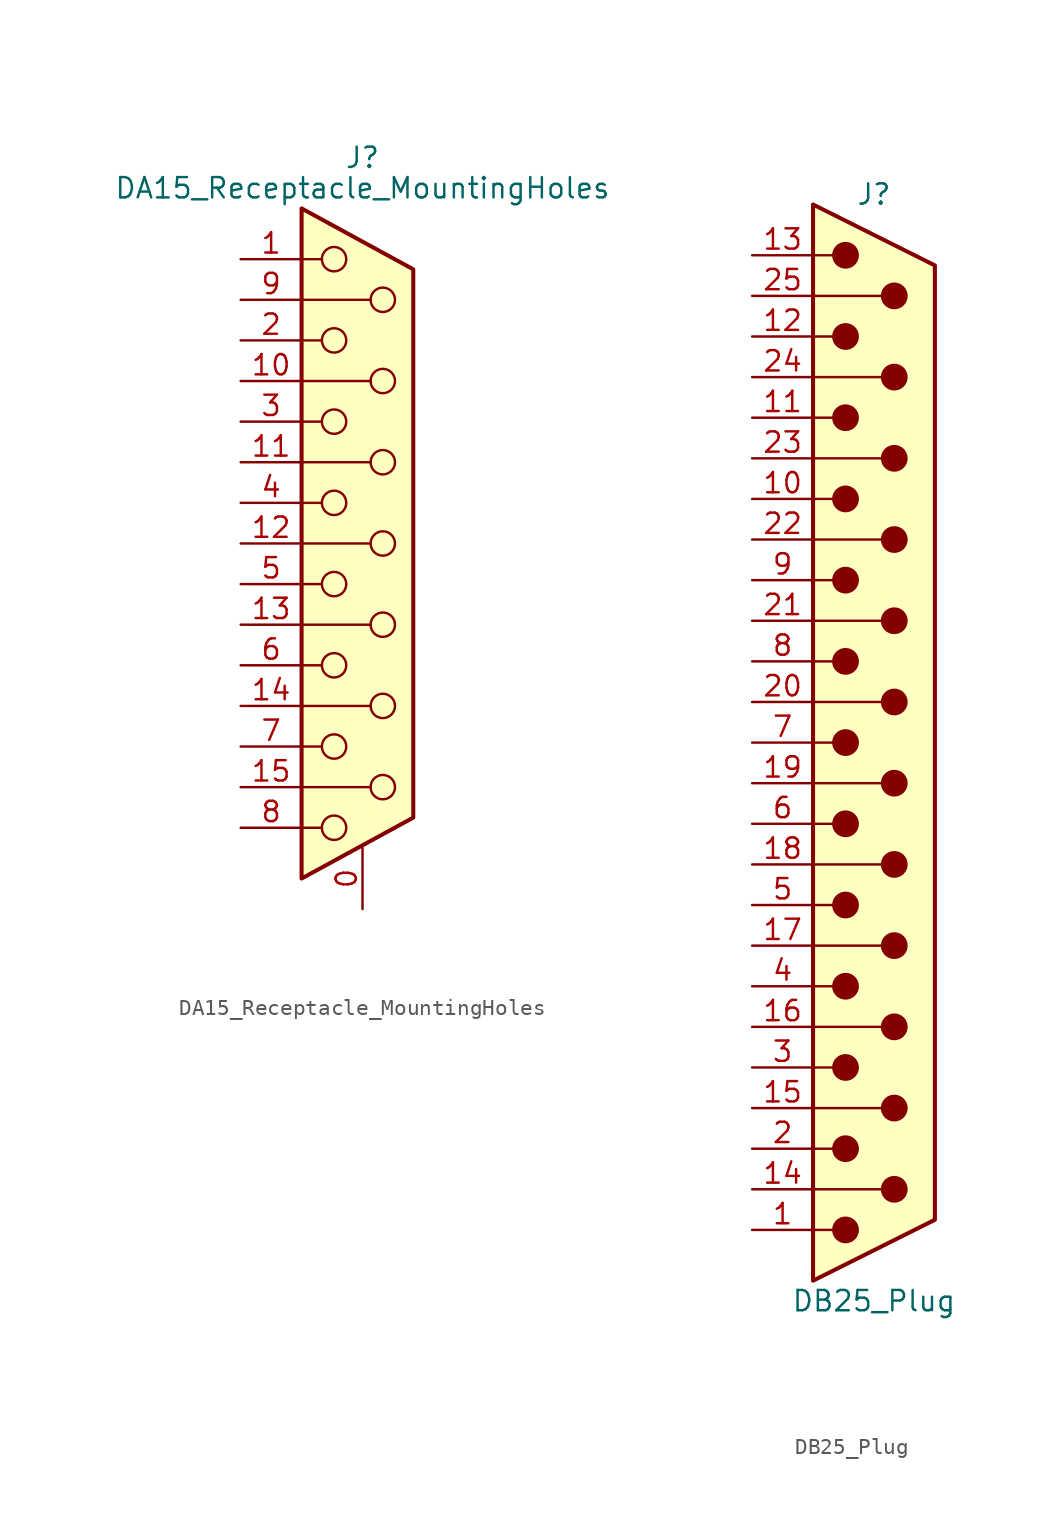
<source format=kicad_sym>
(kicad_symbol_lib
  (version 20241209)
  (generator "kicad_symbol_editor")
  (generator_version "9.0")
  (symbol "DA15_Receptacle_MountingHoles"
    (pin_names
      (offset 1.016)
      (hide yes))
    (property "Reference" "J"
      (at 0 24.13 0)
      (effects (font (size 1.27 1.27))))
    (property "Value" "DA15_Receptacle_MountingHoles"
      (at 0 22.225 0)
      (effects (font (size 1.27 1.27))))
    (symbol "DA15_Receptacle_MountingHoles_0_1"
      (polyline (pts (xy -3.81 20.955) (xy 3.175 17.145) (xy 3.175 -17.145) (xy -3.81 -20.955) (xy -3.81 20.955)) (stroke (width 0.254) (type default)) (fill (type background)))
      (polyline (pts (xy -3.81 17.78) (xy -2.54 17.78)) (stroke (width 0) (type default)) (fill (type none)))
      (polyline (pts (xy -3.81 15.24) (xy 0.508 15.24)) (stroke (width 0) (type default)) (fill (type none)))
      (polyline (pts (xy -3.81 12.7) (xy -2.54 12.7)) (stroke (width 0) (type default)) (fill (type none)))
      (polyline (pts (xy -3.81 10.16) (xy 0.508 10.16)) (stroke (width 0) (type default)) (fill (type none)))
      (polyline (pts (xy -3.81 7.62) (xy -2.54 7.62)) (stroke (width 0) (type default)) (fill (type none)))
      (polyline (pts (xy -3.81 5.08) (xy 0.508 5.08)) (stroke (width 0) (type default)) (fill (type none)))
      (polyline (pts (xy -3.81 2.54) (xy -2.54 2.54)) (stroke (width 0) (type default)) (fill (type none)))
      (polyline (pts (xy -3.81 0) (xy 0.508 0)) (stroke (width 0) (type default)) (fill (type none)))
      (polyline (pts (xy -3.81 -2.54) (xy -2.54 -2.54)) (stroke (width 0) (type default)) (fill (type none)))
      (polyline (pts (xy -3.81 -5.08) (xy 0.508 -5.08)) (stroke (width 0) (type default)) (fill (type none)))
      (polyline (pts (xy -3.81 -7.62) (xy -2.54 -7.62)) (stroke (width 0) (type default)) (fill (type none)))
      (polyline (pts (xy -3.81 -10.16) (xy 0.508 -10.16)) (stroke (width 0) (type default)) (fill (type none)))
      (polyline (pts (xy -3.81 -12.7) (xy -2.54 -12.7)) (stroke (width 0) (type default)) (fill (type none)))
      (polyline (pts (xy -3.81 -15.24) (xy 0.508 -15.24)) (stroke (width 0) (type default)) (fill (type none)))
      (polyline (pts (xy -3.81 -17.78) (xy -2.54 -17.78)) (stroke (width 0) (type default)) (fill (type none)))
      (circle (center -1.778 17.78) (radius 0.762) (stroke (width 0) (type default)) (fill (type none)))
      (circle (center -1.778 12.7) (radius 0.762) (stroke (width 0) (type default)) (fill (type none)))
      (circle (center -1.778 7.62) (radius 0.762) (stroke (width 0) (type default)) (fill (type none)))
      (circle (center -1.778 2.54) (radius 0.762) (stroke (width 0) (type default)) (fill (type none)))
      (circle (center -1.778 -2.54) (radius 0.762) (stroke (width 0) (type default)) (fill (type none)))
      (circle (center -1.778 -7.62) (radius 0.762) (stroke (width 0) (type default)) (fill (type none)))
      (circle (center -1.778 -12.7) (radius 0.762) (stroke (width 0) (type default)) (fill (type none)))
      (circle (center -1.778 -17.78) (radius 0.762) (stroke (width 0) (type default)) (fill (type none)))
      (circle (center 1.27 15.24) (radius 0.762) (stroke (width 0) (type default)) (fill (type none)))
      (circle (center 1.27 10.16) (radius 0.762) (stroke (width 0) (type default)) (fill (type none)))
      (circle (center 1.27 5.08) (radius 0.762) (stroke (width 0) (type default)) (fill (type none)))
      (circle (center 1.27 0) (radius 0.762) (stroke (width 0) (type default)) (fill (type none)))
      (circle (center 1.27 -5.08) (radius 0.762) (stroke (width 0) (type default)) (fill (type none)))
      (circle (center 1.27 -10.16) (radius 0.762) (stroke (width 0) (type default)) (fill (type none)))
      (circle (center 1.27 -15.24) (radius 0.762) (stroke (width 0) (type default)) (fill (type none))))
    (symbol "DA15_Receptacle_MountingHoles_1_1"
      (pin passive line (at -7.62 17.78 0) (length 3.81) (name "1" (effects (font (size 1.27 1.27)))) (number "1" (effects (font (size 1.27 1.27)))))
      (pin passive line (at -7.62 15.24 0) (length 3.81) (name "P9" (effects (font (size 1.27 1.27)))) (number "9" (effects (font (size 1.27 1.27)))))
      (pin passive line (at -7.62 12.7 0) (length 3.81) (name "2" (effects (font (size 1.27 1.27)))) (number "2" (effects (font (size 1.27 1.27)))))
      (pin passive line (at -7.62 10.16 0) (length 3.81) (name "P10" (effects (font (size 1.27 1.27)))) (number "10" (effects (font (size 1.27 1.27)))))
      (pin passive line (at -7.62 7.62 0) (length 3.81) (name "3" (effects (font (size 1.27 1.27)))) (number "3" (effects (font (size 1.27 1.27)))))
      (pin passive line (at -7.62 5.08 0) (length 3.81) (name "P111" (effects (font (size 1.27 1.27)))) (number "11" (effects (font (size 1.27 1.27)))))
      (pin passive line (at -7.62 2.54 0) (length 3.81) (name "4" (effects (font (size 1.27 1.27)))) (number "4" (effects (font (size 1.27 1.27)))))
      (pin passive line (at -7.62 0 0) (length 3.81) (name "P12" (effects (font (size 1.27 1.27)))) (number "12" (effects (font (size 1.27 1.27)))))
      (pin passive line (at -7.62 -2.54 0) (length 3.81) (name "5" (effects (font (size 1.27 1.27)))) (number "5" (effects (font (size 1.27 1.27)))))
      (pin passive line (at -7.62 -5.08 0) (length 3.81) (name "P13" (effects (font (size 1.27 1.27)))) (number "13" (effects (font (size 1.27 1.27)))))
      (pin passive line (at -7.62 -7.62 0) (length 3.81) (name "6" (effects (font (size 1.27 1.27)))) (number "6" (effects (font (size 1.27 1.27)))))
      (pin passive line (at -7.62 -10.16 0) (length 3.81) (name "P14" (effects (font (size 1.27 1.27)))) (number "14" (effects (font (size 1.27 1.27)))))
      (pin passive line (at -7.62 -12.7 0) (length 3.81) (name "7" (effects (font (size 1.27 1.27)))) (number "7" (effects (font (size 1.27 1.27)))))
      (pin passive line (at -7.62 -15.24 0) (length 3.81) (name "P15" (effects (font (size 1.27 1.27)))) (number "15" (effects (font (size 1.27 1.27)))))
      (pin passive line (at -7.62 -17.78 0) (length 3.81) (name "8" (effects (font (size 1.27 1.27)))) (number "8" (effects (font (size 1.27 1.27)))))
      (pin passive line (at 0 -22.86 90) (length 3.81) (name "PAD" (effects (font (size 1.27 1.27)))) (number "0" (effects (font (size 1.27 1.27)))))))
  (symbol "DB25_Plug"
    (pin_names
      (offset 1.016)
      (hide yes))
    (property "Reference" "J"
      (at 0 34.29 0)
      (effects (font (size 1.27 1.27))))
    (property "Value" "DB25_Plug"
      (at 0 -34.925 0)
      (effects (font (size 1.27 1.27))))
    (symbol "DB25_Plug_0_1"
      (polyline (pts (xy -3.81 30.48) (xy -2.54 30.48)) (stroke (width 0) (type default)) (fill (type none)))
      (polyline (pts (xy -3.81 27.94) (xy 0.508 27.94)) (stroke (width 0) (type default)) (fill (type none)))
      (polyline (pts (xy -3.81 25.4) (xy -2.54 25.4)) (stroke (width 0) (type default)) (fill (type none)))
      (polyline (pts (xy -3.81 22.86) (xy 0.508 22.86)) (stroke (width 0) (type default)) (fill (type none)))
      (polyline (pts (xy -3.81 20.32) (xy -2.54 20.32)) (stroke (width 0) (type default)) (fill (type none)))
      (polyline (pts (xy -3.81 17.78) (xy 0.508 17.78)) (stroke (width 0) (type default)) (fill (type none)))
      (polyline (pts (xy -3.81 15.24) (xy -2.54 15.24)) (stroke (width 0) (type default)) (fill (type none)))
      (polyline (pts (xy -3.81 12.7) (xy 0.508 12.7)) (stroke (width 0) (type default)) (fill (type none)))
      (polyline (pts (xy -3.81 10.16) (xy -2.54 10.16)) (stroke (width 0) (type default)) (fill (type none)))
      (polyline (pts (xy -3.81 7.62) (xy 0.508 7.62)) (stroke (width 0) (type default)) (fill (type none)))
      (polyline (pts (xy -3.81 5.08) (xy -2.54 5.08)) (stroke (width 0) (type default)) (fill (type none)))
      (polyline (pts (xy -3.81 2.54) (xy 0.508 2.54)) (stroke (width 0) (type default)) (fill (type none)))
      (polyline (pts (xy -3.81 0) (xy -2.54 0)) (stroke (width 0) (type default)) (fill (type none)))
      (polyline (pts (xy -3.81 -2.54) (xy 0.508 -2.54)) (stroke (width 0) (type default)) (fill (type none)))
      (polyline (pts (xy -3.81 -5.08) (xy -2.54 -5.08)) (stroke (width 0) (type default)) (fill (type none)))
      (polyline (pts (xy -3.81 -7.62) (xy 0.508 -7.62)) (stroke (width 0) (type default)) (fill (type none)))
      (polyline (pts (xy -3.81 -10.16) (xy -2.54 -10.16)) (stroke (width 0) (type default)) (fill (type none)))
      (polyline (pts (xy -3.81 -12.7) (xy 0.508 -12.7)) (stroke (width 0) (type default)) (fill (type none)))
      (polyline (pts (xy -3.81 -15.24) (xy -2.54 -15.24)) (stroke (width 0) (type default)) (fill (type none)))
      (polyline (pts (xy -3.81 -17.78) (xy 0.508 -17.78)) (stroke (width 0) (type default)) (fill (type none)))
      (polyline (pts (xy -3.81 -20.32) (xy -2.54 -20.32)) (stroke (width 0) (type default)) (fill (type none)))
      (polyline (pts (xy -3.81 -22.86) (xy 0.508 -22.86)) (stroke (width 0) (type default)) (fill (type none)))
      (polyline (pts (xy -3.81 -25.4) (xy -2.54 -25.4)) (stroke (width 0) (type default)) (fill (type none)))
      (polyline (pts (xy -3.81 -27.94) (xy 0.508 -27.94)) (stroke (width 0) (type default)) (fill (type none)))
      (polyline (pts (xy -3.81 -30.48) (xy -2.54 -30.48)) (stroke (width 0) (type default)) (fill (type none)))
      (polyline (pts (xy -3.81 -33.655) (xy 3.81 -29.845) (xy 3.81 29.845) (xy -3.81 33.655) (xy -3.81 -33.655)) (stroke (width 0.254) (type default)) (fill (type background)))
      (circle (center -1.778 30.48) (radius 0.762) (stroke (width 0) (type default)) (fill (type outline)))
      (circle (center -1.778 25.4) (radius 0.762) (stroke (width 0) (type default)) (fill (type outline)))
      (circle (center -1.778 20.32) (radius 0.762) (stroke (width 0) (type default)) (fill (type outline)))
      (circle (center -1.778 15.24) (radius 0.762) (stroke (width 0) (type default)) (fill (type outline)))
      (circle (center -1.778 10.16) (radius 0.762) (stroke (width 0) (type default)) (fill (type outline)))
      (circle (center -1.778 5.08) (radius 0.762) (stroke (width 0) (type default)) (fill (type outline)))
      (circle (center -1.778 0) (radius 0.762) (stroke (width 0) (type default)) (fill (type outline)))
      (circle (center -1.778 -5.08) (radius 0.762) (stroke (width 0) (type default)) (fill (type outline)))
      (circle (center -1.778 -10.16) (radius 0.762) (stroke (width 0) (type default)) (fill (type outline)))
      (circle (center -1.778 -15.24) (radius 0.762) (stroke (width 0) (type default)) (fill (type outline)))
      (circle (center -1.778 -20.32) (radius 0.762) (stroke (width 0) (type default)) (fill (type outline)))
      (circle (center -1.778 -25.4) (radius 0.762) (stroke (width 0) (type default)) (fill (type outline)))
      (circle (center -1.778 -30.48) (radius 0.762) (stroke (width 0) (type default)) (fill (type outline)))
      (circle (center 1.27 27.94) (radius 0.762) (stroke (width 0) (type default)) (fill (type outline)))
      (circle (center 1.27 22.86) (radius 0.762) (stroke (width 0) (type default)) (fill (type outline)))
      (circle (center 1.27 17.78) (radius 0.762) (stroke (width 0) (type default)) (fill (type outline)))
      (circle (center 1.27 12.7) (radius 0.762) (stroke (width 0) (type default)) (fill (type outline)))
      (circle (center 1.27 7.62) (radius 0.762) (stroke (width 0) (type default)) (fill (type outline)))
      (circle (center 1.27 2.54) (radius 0.762) (stroke (width 0) (type default)) (fill (type outline)))
      (circle (center 1.27 -2.54) (radius 0.762) (stroke (width 0) (type default)) (fill (type outline)))
      (circle (center 1.27 -7.62) (radius 0.762) (stroke (width 0) (type default)) (fill (type outline)))
      (circle (center 1.27 -12.7) (radius 0.762) (stroke (width 0) (type default)) (fill (type outline)))
      (circle (center 1.27 -17.78) (radius 0.762) (stroke (width 0) (type default)) (fill (type outline)))
      (circle (center 1.27 -22.86) (radius 0.762) (stroke (width 0) (type default)) (fill (type outline)))
      (circle (center 1.27 -27.94) (radius 0.762) (stroke (width 0) (type default)) (fill (type outline))))
    (symbol "DB25_Plug_1_1"
      (pin passive line (at -7.62 30.48 0) (length 3.81) (name "13" (effects (font (size 1.27 1.27)))) (number "13" (effects (font (size 1.27 1.27)))))
      (pin passive line (at -7.62 27.94 0) (length 3.81) (name "P25" (effects (font (size 1.27 1.27)))) (number "25" (effects (font (size 1.27 1.27)))))
      (pin passive line (at -7.62 25.4 0) (length 3.81) (name "12" (effects (font (size 1.27 1.27)))) (number "12" (effects (font (size 1.27 1.27)))))
      (pin passive line (at -7.62 22.86 0) (length 3.81) (name "P24" (effects (font (size 1.27 1.27)))) (number "24" (effects (font (size 1.27 1.27)))))
      (pin passive line (at -7.62 20.32 0) (length 3.81) (name "11" (effects (font (size 1.27 1.27)))) (number "11" (effects (font (size 1.27 1.27)))))
      (pin passive line (at -7.62 17.78 0) (length 3.81) (name "P23" (effects (font (size 1.27 1.27)))) (number "23" (effects (font (size 1.27 1.27)))))
      (pin passive line (at -7.62 15.24 0) (length 3.81) (name "10" (effects (font (size 1.27 1.27)))) (number "10" (effects (font (size 1.27 1.27)))))
      (pin passive line (at -7.62 12.7 0) (length 3.81) (name "P22" (effects (font (size 1.27 1.27)))) (number "22" (effects (font (size 1.27 1.27)))))
      (pin passive line (at -7.62 10.16 0) (length 3.81) (name "9" (effects (font (size 1.27 1.27)))) (number "9" (effects (font (size 1.27 1.27)))))
      (pin passive line (at -7.62 7.62 0) (length 3.81) (name "P21" (effects (font (size 1.27 1.27)))) (number "21" (effects (font (size 1.27 1.27)))))
      (pin passive line (at -7.62 5.08 0) (length 3.81) (name "8" (effects (font (size 1.27 1.27)))) (number "8" (effects (font (size 1.27 1.27)))))
      (pin passive line (at -7.62 2.54 0) (length 3.81) (name "P20" (effects (font (size 1.27 1.27)))) (number "20" (effects (font (size 1.27 1.27)))))
      (pin passive line (at -7.62 0 0) (length 3.81) (name "7" (effects (font (size 1.27 1.27)))) (number "7" (effects (font (size 1.27 1.27)))))
      (pin passive line (at -7.62 -2.54 0) (length 3.81) (name "P19" (effects (font (size 1.27 1.27)))) (number "19" (effects (font (size 1.27 1.27)))))
      (pin passive line (at -7.62 -5.08 0) (length 3.81) (name "6" (effects (font (size 1.27 1.27)))) (number "6" (effects (font (size 1.27 1.27)))))
      (pin passive line (at -7.62 -7.62 0) (length 3.81) (name "P18" (effects (font (size 1.27 1.27)))) (number "18" (effects (font (size 1.27 1.27)))))
      (pin passive line (at -7.62 -10.16 0) (length 3.81) (name "5" (effects (font (size 1.27 1.27)))) (number "5" (effects (font (size 1.27 1.27)))))
      (pin passive line (at -7.62 -12.7 0) (length 3.81) (name "P17" (effects (font (size 1.27 1.27)))) (number "17" (effects (font (size 1.27 1.27)))))
      (pin passive line (at -7.62 -15.24 0) (length 3.81) (name "4" (effects (font (size 1.27 1.27)))) (number "4" (effects (font (size 1.27 1.27)))))
      (pin passive line (at -7.62 -17.78 0) (length 3.81) (name "P16" (effects (font (size 1.27 1.27)))) (number "16" (effects (font (size 1.27 1.27)))))
      (pin passive line (at -7.62 -20.32 0) (length 3.81) (name "3" (effects (font (size 1.27 1.27)))) (number "3" (effects (font (size 1.27 1.27)))))
      (pin passive line (at -7.62 -22.86 0) (length 3.81) (name "P15" (effects (font (size 1.27 1.27)))) (number "15" (effects (font (size 1.27 1.27)))))
      (pin passive line (at -7.62 -25.4 0) (length 3.81) (name "2" (effects (font (size 1.27 1.27)))) (number "2" (effects (font (size 1.27 1.27)))))
      (pin passive line (at -7.62 -27.94 0) (length 3.81) (name "P14" (effects (font (size 1.27 1.27)))) (number "14" (effects (font (size 1.27 1.27)))))
      (pin passive line (at -7.62 -30.48 0) (length 3.81) (name "1" (effects (font (size 1.27 1.27)))) (number "1" (effects (font (size 1.27 1.27))))))))
</source>
